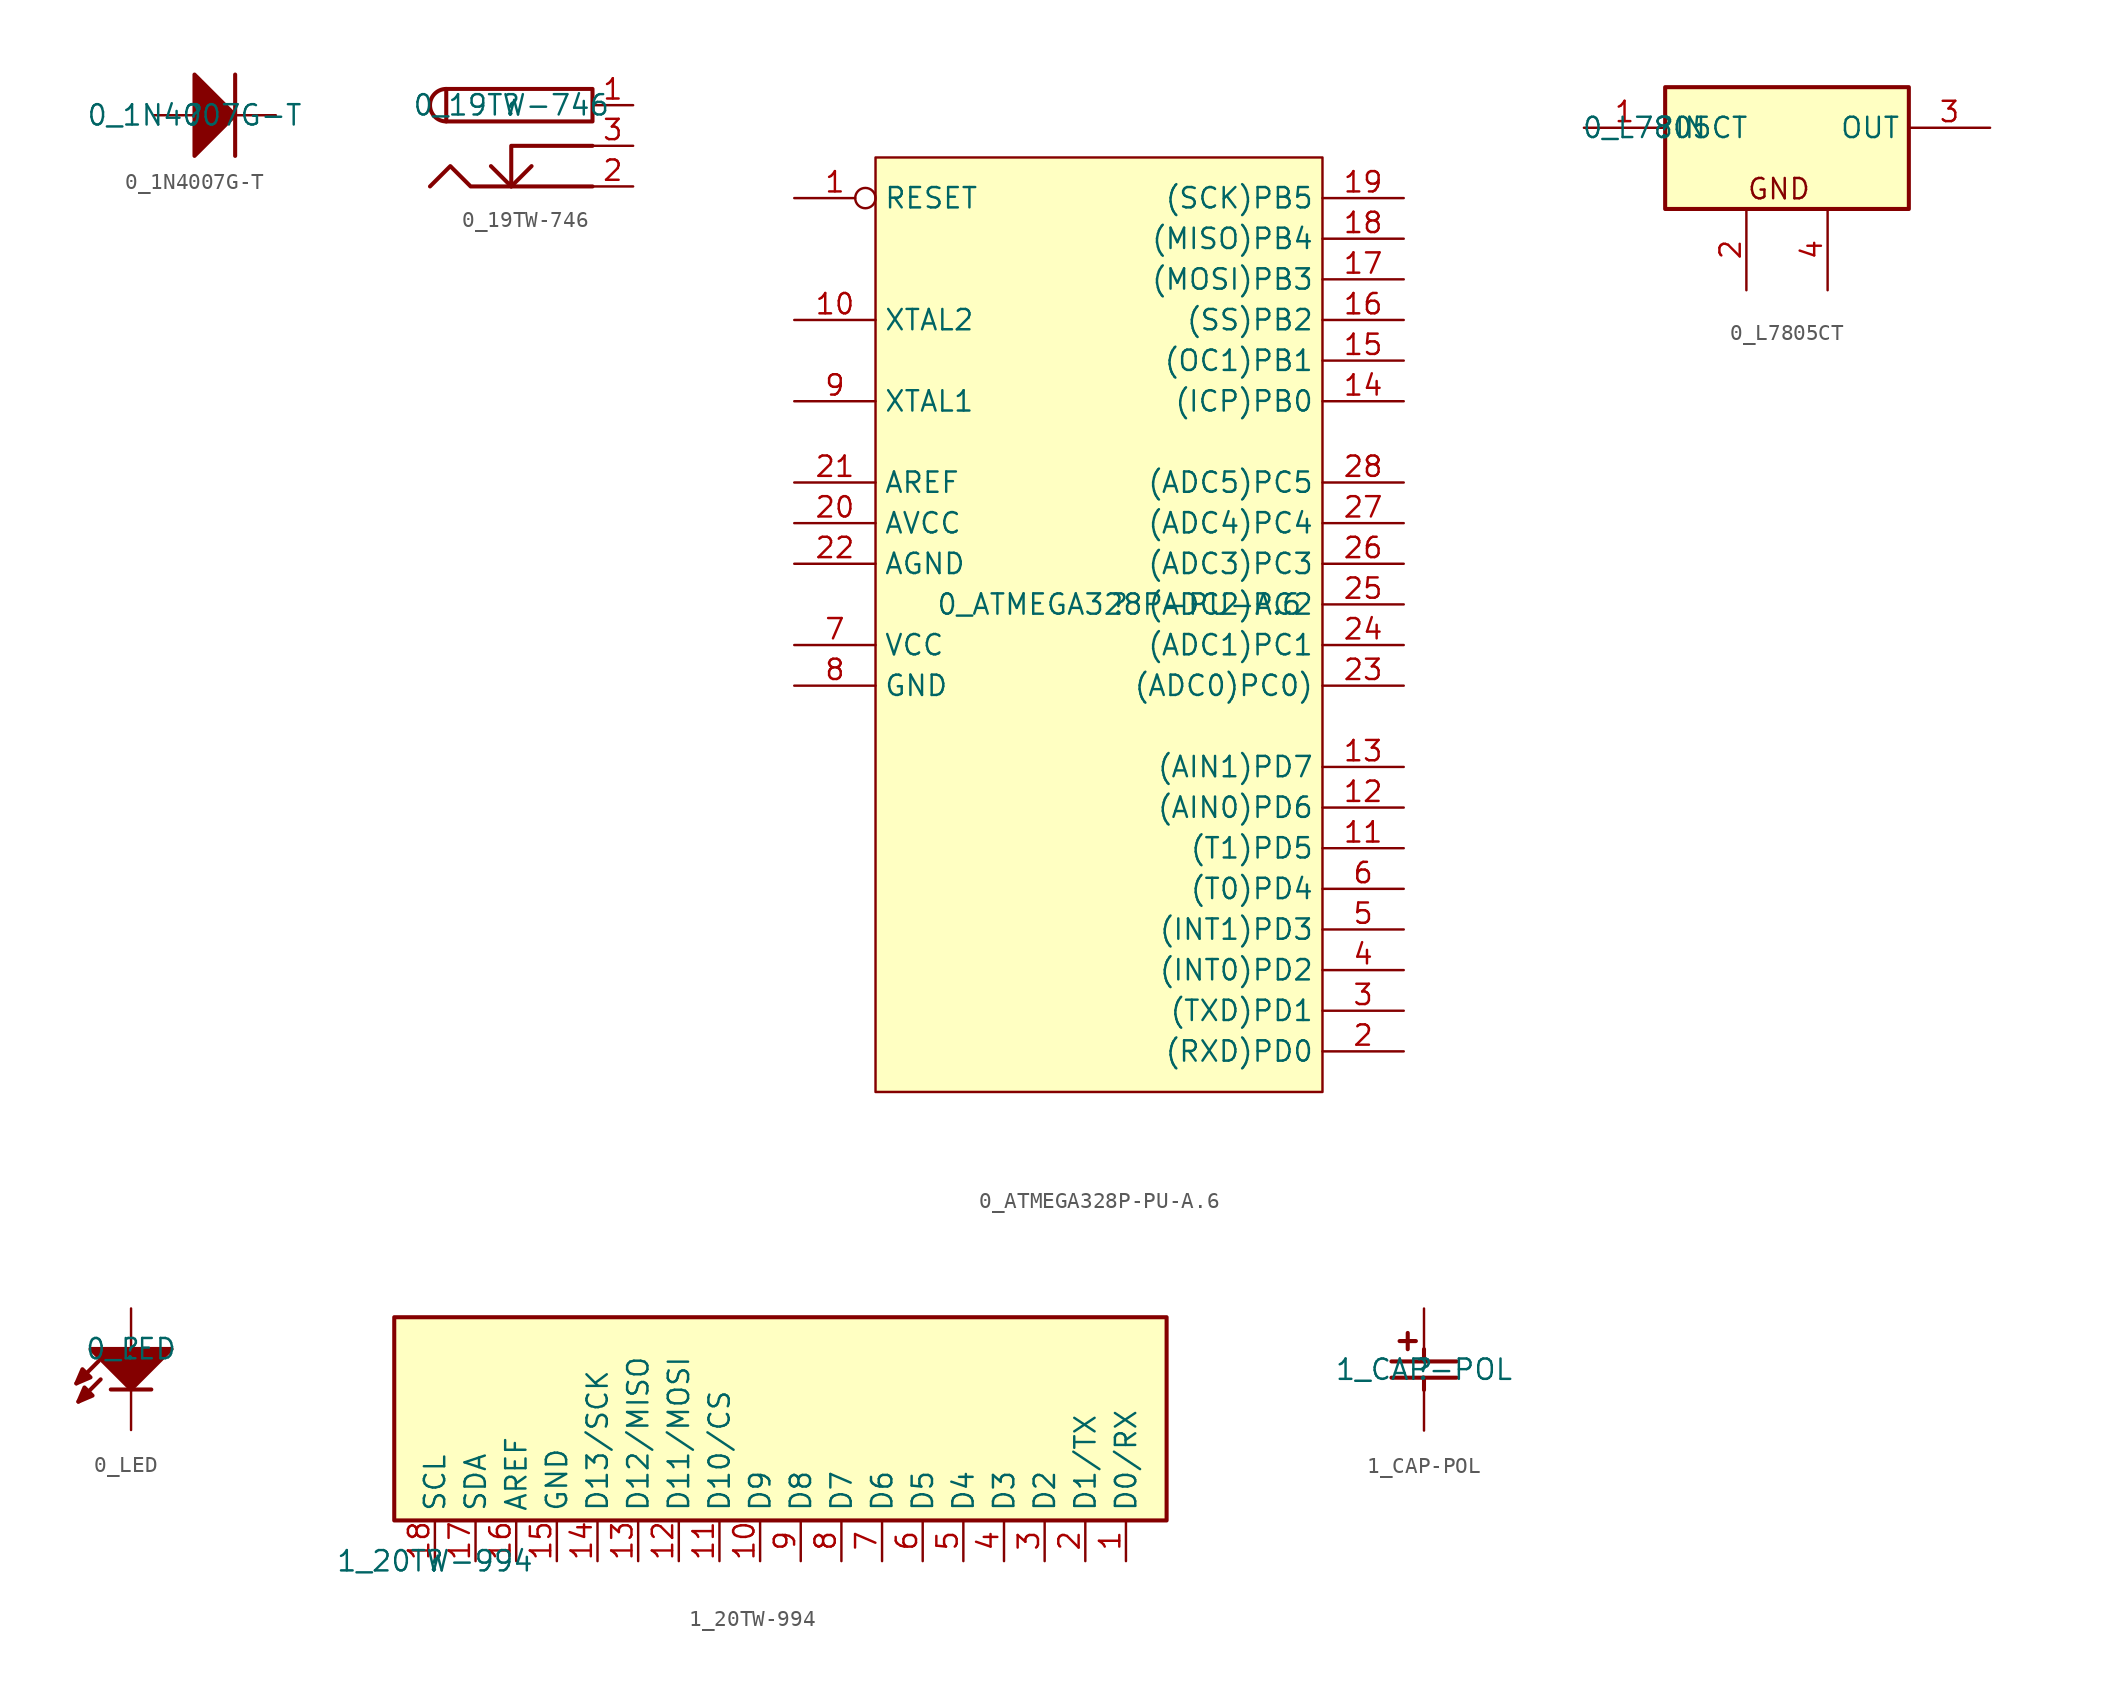
<source format=kicad_sym>
(kicad_symbol_lib
  (version 20211014)
  (generator kicad_symbol_editor)
  (symbol "0_1N4007G-T"
    (property "Reference" ""
      (at 0 0 0)
      (effects (font (size 1.27 1.27))))
    (property "Value" "0_1N4007G-T"
      (at 0 0 0)
      (effects (font (size 1.27 1.27))))
    (symbol "0_1N4007G-T_1_0"
      (polyline (pts (xy 2.54 2.54) (xy 2.54 -2.54)) (stroke (width 0.254) (type default) (color 0 0 0 0)) (fill (type none)))
      (polyline (pts (xy 0 -2.54) (xy 2.54 0) (xy 0 2.54) (xy 0 -2.54)) (stroke (width 0.254) (type default) (color 0 0 0 0)) (fill (type outline)))
      (pin passive line (at -2.54 0 0) (length 2.54) (name "1" (effects (font (size 0 0)))) (number "1" (effects (font (size 0 0)))))
      (pin passive line (at 5.08 0 180) (length 2.54) (name "2" (effects (font (size 0 0)))) (number "2" (effects (font (size 0 0)))))))
  (symbol "0_19TW-746"
    (property "Reference" ""
      (at 0 0 0)
      (effects (font (size 1.27 1.27))))
    (property "Value" "0_19TW-746"
      (at 0 0 0)
      (effects (font (size 1.27 1.27))))
    (symbol "0_19TW-746_1_0"
      (arc (start -4.064 1.016) (mid -5.08 0) (end -4.064 -1.016) (stroke (width 0.254) (type default) (color 0 0 0 0)) (fill (type none)))
      (polyline (pts (xy 0 -5.08) (xy 1.27 -3.81)) (stroke (width 0.254) (type default) (color 0 0 0 0)) (fill (type none)))
      (polyline (pts (xy 5.08 -5.08) (xy -2.54 -5.08) (xy -3.81 -3.81) (xy -5.08 -5.08)) (stroke (width 0.254) (type default) (color 0 0 0 0)) (fill (type none)))
      (polyline (pts (xy 5.08 -2.54) (xy 0 -2.54) (xy 0 -5.08) (xy -1.27 -3.81)) (stroke (width 0.254) (type default) (color 0 0 0 0)) (fill (type none)))
      (polyline (pts (xy 5.08 1.016) (xy -4.064 1.016) (xy -4.064 -1.016) (xy 5.08 -1.016) (xy 5.08 1.016)) (stroke (width 0.254) (type default) (color 0 0 0 0)) (fill (type none)))
      (pin power_in line (at 7.62 0 180) (length 2.54) (name "1" (effects (font (size 0 0)))) (number "1" (effects (font (size 1.27 1.27)))))
      (pin power_in line (at 7.62 -5.08 180) (length 2.54) (name "2" (effects (font (size 0 0)))) (number "2" (effects (font (size 1.27 1.27)))))
      (pin power_in line (at 7.62 -2.54 180) (length 2.54) (name "3" (effects (font (size 0 0)))) (number "3" (effects (font (size 1.27 1.27)))))))
  (symbol "0_ATMEGA328P-PU-A.6"
    (property "Reference" ""
      (at 0 0 0)
      (effects (font (size 1.27 1.27))))
    (property "Value" "0_ATMEGA328P-PU-A.6"
      (at 0 0 0)
      (effects (font (size 1.27 1.27))))
    (symbol "0_ATMEGA328P-PU-A.6_1_0"
      (rectangle (start 12.7 27.94) (end -15.24 -30.48) (stroke (width 0) (type default) (color 0 0 0 0)) (fill (type background)))
      (pin input inverted (at -20.32 25.4 0) (length 5.08) (name "RESET" (effects (font (size 1.27 1.27)))) (number "1" (effects (font (size 1.27 1.27)))))
      (pin passive line (at -20.32 17.78 0) (length 5.08) (name "XTAL2" (effects (font (size 1.27 1.27)))) (number "10" (effects (font (size 1.27 1.27)))))
      (pin passive line (at 17.78 -15.24 180) (length 5.08) (name "(T1)PD5" (effects (font (size 1.27 1.27)))) (number "11" (effects (font (size 1.27 1.27)))))
      (pin passive line (at 17.78 -12.7 180) (length 5.08) (name "(AIN0)PD6" (effects (font (size 1.27 1.27)))) (number "12" (effects (font (size 1.27 1.27)))))
      (pin passive line (at 17.78 -10.16 180) (length 5.08) (name "(AIN1)PD7" (effects (font (size 1.27 1.27)))) (number "13" (effects (font (size 1.27 1.27)))))
      (pin passive line (at 17.78 12.7 180) (length 5.08) (name "(ICP)PB0" (effects (font (size 1.27 1.27)))) (number "14" (effects (font (size 1.27 1.27)))))
      (pin passive line (at 17.78 15.24 180) (length 5.08) (name "(OC1)PB1" (effects (font (size 1.27 1.27)))) (number "15" (effects (font (size 1.27 1.27)))))
      (pin passive line (at 17.78 17.78 180) (length 5.08) (name "(SS)PB2" (effects (font (size 1.27 1.27)))) (number "16" (effects (font (size 1.27 1.27)))))
      (pin passive line (at 17.78 20.32 180) (length 5.08) (name "(MOSI)PB3" (effects (font (size 1.27 1.27)))) (number "17" (effects (font (size 1.27 1.27)))))
      (pin passive line (at 17.78 22.86 180) (length 5.08) (name "(MISO)PB4" (effects (font (size 1.27 1.27)))) (number "18" (effects (font (size 1.27 1.27)))))
      (pin passive line (at 17.78 25.4 180) (length 5.08) (name "(SCK)PB5" (effects (font (size 1.27 1.27)))) (number "19" (effects (font (size 1.27 1.27)))))
      (pin passive line (at 17.78 -27.94 180) (length 5.08) (name "(RXD)PD0" (effects (font (size 1.27 1.27)))) (number "2" (effects (font (size 1.27 1.27)))))
      (pin power_in line (at -20.32 5.08 0) (length 5.08) (name "AVCC" (effects (font (size 1.27 1.27)))) (number "20" (effects (font (size 1.27 1.27)))))
      (pin passive line (at -20.32 7.62 0) (length 5.08) (name "AREF" (effects (font (size 1.27 1.27)))) (number "21" (effects (font (size 1.27 1.27)))))
      (pin power_in line (at -20.32 2.54 0) (length 5.08) (name "AGND" (effects (font (size 1.27 1.27)))) (number "22" (effects (font (size 1.27 1.27)))))
      (pin passive line (at 17.78 -5.08 180) (length 5.08) (name "(ADC0)PC0)" (effects (font (size 1.27 1.27)))) (number "23" (effects (font (size 1.27 1.27)))))
      (pin passive line (at 17.78 -2.54 180) (length 5.08) (name "(ADC1)PC1" (effects (font (size 1.27 1.27)))) (number "24" (effects (font (size 1.27 1.27)))))
      (pin passive line (at 17.78 0 180) (length 5.08) (name "(ADC2)PC2" (effects (font (size 1.27 1.27)))) (number "25" (effects (font (size 1.27 1.27)))))
      (pin passive line (at 17.78 2.54 180) (length 5.08) (name "(ADC3)PC3" (effects (font (size 1.27 1.27)))) (number "26" (effects (font (size 1.27 1.27)))))
      (pin passive line (at 17.78 5.08 180) (length 5.08) (name "(ADC4)PC4" (effects (font (size 1.27 1.27)))) (number "27" (effects (font (size 1.27 1.27)))))
      (pin passive line (at 17.78 7.62 180) (length 5.08) (name "(ADC5)PC5" (effects (font (size 1.27 1.27)))) (number "28" (effects (font (size 1.27 1.27)))))
      (pin passive line (at 17.78 -25.4 180) (length 5.08) (name "(TXD)PD1" (effects (font (size 1.27 1.27)))) (number "3" (effects (font (size 1.27 1.27)))))
      (pin passive line (at 17.78 -22.86 180) (length 5.08) (name "(INT0)PD2" (effects (font (size 1.27 1.27)))) (number "4" (effects (font (size 1.27 1.27)))))
      (pin passive line (at 17.78 -20.32 180) (length 5.08) (name "(INT1)PD3" (effects (font (size 1.27 1.27)))) (number "5" (effects (font (size 1.27 1.27)))))
      (pin passive line (at 17.78 -17.78 180) (length 5.08) (name "(T0)PD4" (effects (font (size 1.27 1.27)))) (number "6" (effects (font (size 1.27 1.27)))))
      (pin power_in line (at -20.32 -2.54 0) (length 5.08) (name "VCC" (effects (font (size 1.27 1.27)))) (number "7" (effects (font (size 1.27 1.27)))))
      (pin power_in line (at -20.32 -5.08 0) (length 5.08) (name "GND" (effects (font (size 1.27 1.27)))) (number "8" (effects (font (size 1.27 1.27)))))
      (pin passive line (at -20.32 12.7 0) (length 5.08) (name "XTAL1" (effects (font (size 1.27 1.27)))) (number "9" (effects (font (size 1.27 1.27)))))))
  (symbol "0_L7805CT"
    (property "Reference" ""
      (at 0 0 0)
      (effects (font (size 1.27 1.27))))
    (property "Value" "0_L7805CT"
      (at 0 0 0)
      (effects (font (size 1.27 1.27))))
    (symbol "0_L7805CT_1_0"
      (rectangle (start 15.24 2.54) (end 0 -5.08) (stroke (width 0.254) (type default) (color 0 0 0 0)) (fill (type background)))
      (text "GND" (at 5.08 -4.572 0) (effects (font (size 1.27 1.27)) (justify left bottom)))
      (pin power_in line (at -5.08 0 0) (length 5.08) (name "IN" (effects (font (size 1.27 1.27)))) (number "1" (effects (font (size 1.27 1.27)))))
      (pin power_in line (at 5.08 -10.16 90) (length 5.08) (name "GND" (effects (font (size 0 0)))) (number "2" (effects (font (size 1.27 1.27)))))
      (pin power_in line (at 20.32 0 180) (length 5.08) (name "OUT" (effects (font (size 1.27 1.27)))) (number "3" (effects (font (size 1.27 1.27)))))
      (pin power_in line (at 10.16 -10.16 90) (length 5.08) (name "GND" (effects (font (size 0 0)))) (number "4" (effects (font (size 1.27 1.27)))))))
  (symbol "0_LED"
    (property "Reference" ""
      (at 0 0 0)
      (effects (font (size 1.27 1.27))))
    (property "Value" "0_LED"
      (at 0 0 0)
      (effects (font (size 1.27 1.27))))
    (symbol "0_LED_1_0"
      (polyline (pts (xy -3.429 -2.159) (xy -2.032 -0.762)) (stroke (width 0.254) (type default) (color 0 0 0 0)) (fill (type none)))
      (polyline (pts (xy -3.302 -3.302) (xy -1.905 -1.905)) (stroke (width 0.254) (type default) (color 0 0 0 0)) (fill (type none)))
      (polyline (pts (xy -1.27 -2.54) (xy 0 -2.54)) (stroke (width 0.254) (type default) (color 0 0 0 0)) (fill (type none)))
      (polyline (pts (xy 0 -2.54) (xy 1.27 -2.54)) (stroke (width 0.254) (type default) (color 0 0 0 0)) (fill (type none)))
      (polyline (pts (xy -3.429 -2.159) (xy -3.048 -1.27) (xy -2.54 -1.778) (xy -3.429 -2.159)) (stroke (width 0.254) (type default) (color 0 0 0 0)) (fill (type outline)))
      (polyline (pts (xy -3.302 -3.302) (xy -2.921 -2.413) (xy -2.413 -2.921) (xy -3.302 -3.302)) (stroke (width 0.254) (type default) (color 0 0 0 0)) (fill (type outline)))
      (polyline (pts (xy -2.54 0) (xy 2.54 0) (xy 0 -2.54) (xy -2.54 0)) (stroke (width 0.254) (type default) (color 0 0 0 0)) (fill (type outline)))
      (pin passive line (at 0 2.54 270) (length 2.54) (name "A" (effects (font (size 0 0)))) (number "A" (effects (font (size 0 0)))))
      (pin passive line (at 0 -5.08 90) (length 2.54) (name "C" (effects (font (size 0 0)))) (number "C" (effects (font (size 0 0)))))))
  (symbol "1_20TW-994"
    (property "Reference" ""
      (at 0 0 0)
      (effects (font (size 1.27 1.27))))
    (property "Value" "1_20TW-994"
      (at 0 0 0)
      (effects (font (size 1.27 1.27))))
    (symbol "1_20TW-994_1_0"
      (rectangle (start 45.72 15.24) (end -2.54 2.54) (stroke (width 0.254) (type default) (color 0 0 0 0)) (fill (type background)))
      (pin passive line (at 43.18 0 90) (length 2.54) (name "D0/RX" (effects (font (size 1.27 1.27)))) (number "1" (effects (font (size 1.27 1.27)))))
      (pin passive line (at 20.32 0 90) (length 2.54) (name "D9" (effects (font (size 1.27 1.27)))) (number "10" (effects (font (size 1.27 1.27)))))
      (pin passive line (at 17.78 0 90) (length 2.54) (name "D10/CS" (effects (font (size 1.27 1.27)))) (number "11" (effects (font (size 1.27 1.27)))))
      (pin passive line (at 15.24 0 90) (length 2.54) (name "D11/MOSI" (effects (font (size 1.27 1.27)))) (number "12" (effects (font (size 1.27 1.27)))))
      (pin passive line (at 12.7 0 90) (length 2.54) (name "D12/MISO" (effects (font (size 1.27 1.27)))) (number "13" (effects (font (size 1.27 1.27)))))
      (pin passive line (at 10.16 0 90) (length 2.54) (name "D13/SCK" (effects (font (size 1.27 1.27)))) (number "14" (effects (font (size 1.27 1.27)))))
      (pin passive line (at 7.62 0 90) (length 2.54) (name "GND" (effects (font (size 1.27 1.27)))) (number "15" (effects (font (size 1.27 1.27)))))
      (pin passive line (at 5.08 0 90) (length 2.54) (name "AREF" (effects (font (size 1.27 1.27)))) (number "16" (effects (font (size 1.27 1.27)))))
      (pin passive line (at 2.54 0 90) (length 2.54) (name "SDA" (effects (font (size 1.27 1.27)))) (number "17" (effects (font (size 1.27 1.27)))))
      (pin passive line (at 0 0 90) (length 2.54) (name "SCL" (effects (font (size 1.27 1.27)))) (number "18" (effects (font (size 1.27 1.27)))))
      (pin passive line (at 40.64 0 90) (length 2.54) (name "D1/TX" (effects (font (size 1.27 1.27)))) (number "2" (effects (font (size 1.27 1.27)))))
      (pin passive line (at 38.1 0 90) (length 2.54) (name "D2" (effects (font (size 1.27 1.27)))) (number "3" (effects (font (size 1.27 1.27)))))
      (pin passive line (at 35.56 0 90) (length 2.54) (name "D3" (effects (font (size 1.27 1.27)))) (number "4" (effects (font (size 1.27 1.27)))))
      (pin passive line (at 33.02 0 90) (length 2.54) (name "D4" (effects (font (size 1.27 1.27)))) (number "5" (effects (font (size 1.27 1.27)))))
      (pin passive line (at 30.48 0 90) (length 2.54) (name "D5" (effects (font (size 1.27 1.27)))) (number "6" (effects (font (size 1.27 1.27)))))
      (pin passive line (at 27.94 0 90) (length 2.54) (name "D6" (effects (font (size 1.27 1.27)))) (number "7" (effects (font (size 1.27 1.27)))))
      (pin passive line (at 25.4 0 90) (length 2.54) (name "D7" (effects (font (size 1.27 1.27)))) (number "8" (effects (font (size 1.27 1.27)))))
      (pin passive line (at 22.86 0 90) (length 2.54) (name "D8" (effects (font (size 1.27 1.27)))) (number "9" (effects (font (size 1.27 1.27)))))))
  (symbol "1_CAP-POL"
    (property "Reference" ""
      (at 0 0 0)
      (effects (font (size 1.27 1.27))))
    (property "Value" "1_CAP-POL"
      (at 0 0 0)
      (effects (font (size 1.27 1.27))))
    (symbol "1_CAP-POL_1_0"
      (polyline (pts (xy -2.032 0.508) (xy 2.032 0.508)) (stroke (width 0.254) (type default) (color 0 0 0 0)) (fill (type none)))
      (polyline (pts (xy -1.524 1.778) (xy -0.508 1.778)) (stroke (width 0.254) (type default) (color 0 0 0 0)) (fill (type none)))
      (polyline (pts (xy -1.016 1.27) (xy -1.016 2.286)) (stroke (width 0.254) (type default) (color 0 0 0 0)) (fill (type none)))
      (polyline (pts (xy 0 -1.27) (xy 0 -0.508)) (stroke (width 0.254) (type default) (color 0 0 0 0)) (fill (type none)))
      (polyline (pts (xy 0 1.27) (xy 0 0.508)) (stroke (width 0.254) (type default) (color 0 0 0 0)) (fill (type none)))
      (polyline (pts (xy 2.032 -0.508) (xy -2.032 -0.508)) (stroke (width 0.254) (type default) (color 0 0 0 0)) (fill (type none)))
      (pin passive line (at 0 -3.81 90) (length 2.54) (name "1" (effects (font (size 0 0)))) (number "1" (effects (font (size 0 0)))))
      (pin passive line (at 0 3.81 270) (length 2.54) (name "2" (effects (font (size 0 0)))) (number "2" (effects (font (size 0 0))))))))
</source>
